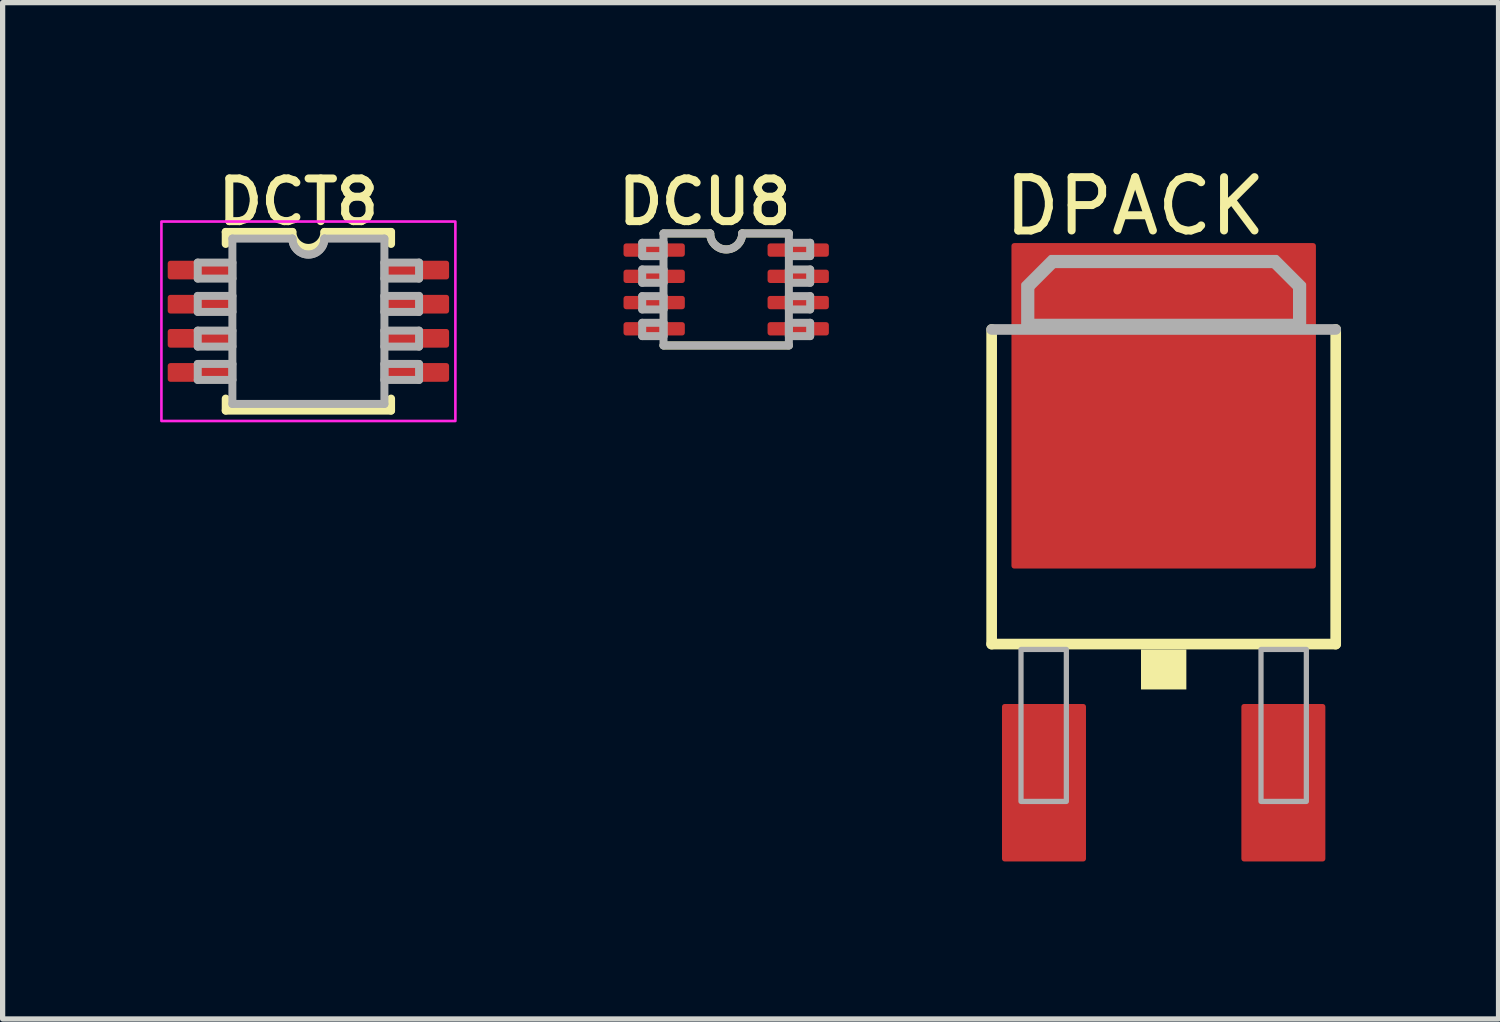
<source format=kicad_pcb>
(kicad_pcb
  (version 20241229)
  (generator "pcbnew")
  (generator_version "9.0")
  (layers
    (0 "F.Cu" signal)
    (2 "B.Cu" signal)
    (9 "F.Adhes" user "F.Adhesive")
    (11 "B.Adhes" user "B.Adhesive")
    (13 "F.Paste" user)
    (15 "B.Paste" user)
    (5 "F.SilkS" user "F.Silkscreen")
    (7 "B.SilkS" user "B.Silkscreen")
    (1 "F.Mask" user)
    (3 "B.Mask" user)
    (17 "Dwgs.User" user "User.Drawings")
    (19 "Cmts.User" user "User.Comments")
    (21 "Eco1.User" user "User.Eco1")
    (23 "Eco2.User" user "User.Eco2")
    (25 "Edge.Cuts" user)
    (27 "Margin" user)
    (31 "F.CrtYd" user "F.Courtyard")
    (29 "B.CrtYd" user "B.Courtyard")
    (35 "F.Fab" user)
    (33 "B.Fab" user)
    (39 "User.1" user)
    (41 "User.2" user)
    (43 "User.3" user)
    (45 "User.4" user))
  (footprint "DPACK"
    (layer "F.Cu")
    (at 19.118 7.061)
    (property "Reference" "DPACK" (at -3.111 -5.588 0) (layer "F.SilkS") (effects (font (size 1.016 1.016) (thickness 0.152)) (justify left bottom)))
    (attr smd)
    (fp_line (start -3.277 2.159) (end -3.277 -3.835) (stroke (width 0.203) (type solid)) (layer "F.SilkS"))
    (fp_line (start 3.277 -3.835) (end 3.277 2.159) (stroke (width 0.203) (type solid)) (layer "F.SilkS"))
    (fp_line (start 3.277 2.159) (end -3.277 2.159) (stroke (width 0.203) (type solid)) (layer "F.SilkS"))
    (fp_poly (pts (xy -0.432 3.023) (xy 0.432 3.023) (xy 0.432 2.261) (xy -0.432 2.261)) (stroke (width 0) (type default)) (fill yes) (layer "F.SilkS"))
    (fp_line (start -3.277 -3.835) (end 3.277 -3.835) (stroke (width 0.203) (type solid)) (layer "F.Fab"))
    (fp_line (start -2.565 -4.648) (end -2.108 -5.105) (stroke (width 0.203) (type solid)) (layer "F.Fab"))
    (fp_line (start -2.565 -3.937) (end -2.565 -4.648) (stroke (width 0.203) (type solid)) (layer "F.Fab"))
    (fp_line (start -2.108 -5.105) (end 2.108 -5.105) (stroke (width 0.203) (type solid)) (layer "F.Fab"))
    (fp_line (start 2.108 -5.105) (end 2.565 -4.648) (stroke (width 0.203) (type solid)) (layer "F.Fab"))
    (fp_line (start 2.565 -4.648) (end 2.565 -3.937) (stroke (width 0.203) (type solid)) (layer "F.Fab"))
    (fp_line (start 2.565 -3.937) (end -2.565 -3.937) (stroke (width 0.203) (type solid)) (layer "F.Fab"))
    (fp_poly (pts (xy -2.718 5.156) (xy -1.854 5.156) (xy -1.854 2.261) (xy -2.718 2.261)) (stroke (width 0.1) (type default)) (fill no) (layer "F.Fab"))
    (fp_poly (pts (xy 1.854 5.156) (xy 2.718 5.156) (xy 2.718 2.261) (xy 1.854 2.261)) (stroke (width 0.1) (type default)) (fill no) (layer "F.Fab"))
    (fp_poly (pts (xy 2.665 -4.69) (xy 2.665 -3.837) (xy -2.665 -3.837) (xy -2.665 -4.69) (xy -2.15 -5.205) (xy 2.15 -5.205)) (stroke (width 0.1) (type default)) (fill no) (layer "F.Fab"))
    (pad "1" smd roundrect (at -2.28 4.8) (size 1.6 3) (layers "F.Cu" "F.Mask" "F.Paste") (roundrect_rratio 0.032))
    (pad "3" smd roundrect (at 2.28 4.8) (size 1.6 3) (layers "F.Cu" "F.Mask" "F.Paste") (roundrect_rratio 0.032))
    (pad "4" smd roundrect (at 0 -2.38) (size 5.8 6.2) (layers "F.Cu" "F.Mask" "F.Paste") (roundrect_rratio 0.009)))
  (footprint "DCT8"
    (layer "F.Cu")
    (at 2.825 3.07)
    (property "Reference" "DCT8" (at -1.8 -1.8 0) (layer "F.SilkS") (effects (font (size 0.813 0.813) (thickness 0.152) (bold yes)) (justify left bottom)))
    (attr smd)
    (fp_line (start -1.575 -1.702) (end -1.575 -1.473) (stroke (width 0.152) (type solid)) (layer "F.SilkS"))
    (fp_line (start -1.575 1.473) (end -1.575 1.702) (stroke (width 0.152) (type solid)) (layer "F.SilkS"))
    (fp_line (start -1.575 1.702) (end 1.575 1.702) (stroke (width 0.152) (type solid)) (layer "F.SilkS"))
    (fp_line (start -0.305 -1.702) (end -1.575 -1.702) (stroke (width 0.152) (type solid)) (layer "F.SilkS"))
    (fp_line (start 1.575 -1.702) (end 0.305 -1.702) (stroke (width 0.152) (type solid)) (layer "F.SilkS"))
    (fp_line (start 1.575 -1.473) (end 1.575 -1.702) (stroke (width 0.152) (type solid)) (layer "F.SilkS"))
    (fp_line (start 1.575 1.702) (end 1.575 1.473) (stroke (width 0.152) (type solid)) (layer "F.SilkS"))
    (fp_arc (start 0.3048 -1.7018) (mid 0 -1.397) (end -0.3048 -1.7018) (stroke (width 0.1524) (type solid)) (layer "F.SilkS"))
    (fp_rect (start -2.8 -1.9) (end 2.8 1.9) (stroke (width 0.05) (type default)) (fill no) (layer "F.CrtYd"))
    (fp_line (start -2.108 -1.118) (end -2.108 -0.813) (stroke (width 0.152) (type solid)) (layer "F.Fab"))
    (fp_line (start -2.108 -0.813) (end -1.448 -0.813) (stroke (width 0.152) (type solid)) (layer "F.Fab"))
    (fp_line (start -2.108 -0.483) (end -2.108 -0.178) (stroke (width 0.152) (type solid)) (layer "F.Fab"))
    (fp_line (start -2.108 -0.178) (end -1.448 -0.178) (stroke (width 0.152) (type solid)) (layer "F.Fab"))
    (fp_line (start -2.108 0.178) (end -2.108 0.483) (stroke (width 0.152) (type solid)) (layer "F.Fab"))
    (fp_line (start -2.108 0.483) (end -1.448 0.483) (stroke (width 0.152) (type solid)) (layer "F.Fab"))
    (fp_line (start -2.108 0.813) (end -2.108 1.118) (stroke (width 0.152) (type solid)) (layer "F.Fab"))
    (fp_line (start -2.108 1.118) (end -1.448 1.118) (stroke (width 0.152) (type solid)) (layer "F.Fab"))
    (fp_line (start -1.448 -1.575) (end -1.448 1.575) (stroke (width 0.152) (type solid)) (layer "F.Fab"))
    (fp_line (start -1.448 -1.118) (end -2.108 -1.118) (stroke (width 0.152) (type solid)) (layer "F.Fab"))
    (fp_line (start -1.448 -0.813) (end -1.448 -1.118) (stroke (width 0.152) (type solid)) (layer "F.Fab"))
    (fp_line (start -1.448 -0.483) (end -2.108 -0.483) (stroke (width 0.152) (type solid)) (layer "F.Fab"))
    (fp_line (start -1.448 -0.178) (end -1.448 -0.483) (stroke (width 0.152) (type solid)) (layer "F.Fab"))
    (fp_line (start -1.448 0.178) (end -2.108 0.178) (stroke (width 0.152) (type solid)) (layer "F.Fab"))
    (fp_line (start -1.448 0.483) (end -1.448 0.178) (stroke (width 0.152) (type solid)) (layer "F.Fab"))
    (fp_line (start -1.448 0.813) (end -2.108 0.813) (stroke (width 0.152) (type solid)) (layer "F.Fab"))
    (fp_line (start -1.448 1.118) (end -1.448 0.813) (stroke (width 0.152) (type solid)) (layer "F.Fab"))
    (fp_line (start -1.448 1.575) (end 1.448 1.575) (stroke (width 0.152) (type solid)) (layer "F.Fab"))
    (fp_line (start -0.305 -1.575) (end -1.448 -1.575) (stroke (width 0.152) (type solid)) (layer "F.Fab"))
    (fp_line (start 1.448 -1.575) (end 0.305 -1.575) (stroke (width 0.152) (type solid)) (layer "F.Fab"))
    (fp_line (start 1.448 -1.118) (end 1.448 -0.813) (stroke (width 0.152) (type solid)) (layer "F.Fab"))
    (fp_line (start 1.448 -0.813) (end 2.108 -0.813) (stroke (width 0.152) (type solid)) (layer "F.Fab"))
    (fp_line (start 1.448 -0.483) (end 1.448 -0.178) (stroke (width 0.152) (type solid)) (layer "F.Fab"))
    (fp_line (start 1.448 -0.178) (end 2.108 -0.178) (stroke (width 0.152) (type solid)) (layer "F.Fab"))
    (fp_line (start 1.448 0.178) (end 1.448 0.483) (stroke (width 0.152) (type solid)) (layer "F.Fab"))
    (fp_line (start 1.448 0.483) (end 2.108 0.483) (stroke (width 0.152) (type solid)) (layer "F.Fab"))
    (fp_line (start 1.448 0.813) (end 1.448 1.118) (stroke (width 0.152) (type solid)) (layer "F.Fab"))
    (fp_line (start 1.448 1.118) (end 2.108 1.118) (stroke (width 0.152) (type solid)) (layer "F.Fab"))
    (fp_line (start 1.448 1.575) (end 1.448 -1.575) (stroke (width 0.152) (type solid)) (layer "F.Fab"))
    (fp_line (start 2.108 -1.118) (end 1.448 -1.118) (stroke (width 0.152) (type solid)) (layer "F.Fab"))
    (fp_line (start 2.108 -0.813) (end 2.108 -1.118) (stroke (width 0.152) (type solid)) (layer "F.Fab"))
    (fp_line (start 2.108 -0.483) (end 1.448 -0.483) (stroke (width 0.152) (type solid)) (layer "F.Fab"))
    (fp_line (start 2.108 -0.178) (end 2.108 -0.483) (stroke (width 0.152) (type solid)) (layer "F.Fab"))
    (fp_line (start 2.108 0.178) (end 1.448 0.178) (stroke (width 0.152) (type solid)) (layer "F.Fab"))
    (fp_line (start 2.108 0.483) (end 2.108 0.178) (stroke (width 0.152) (type solid)) (layer "F.Fab"))
    (fp_line (start 2.108 0.813) (end 1.448 0.813) (stroke (width 0.152) (type solid)) (layer "F.Fab"))
    (fp_line (start 2.108 1.118) (end 2.108 0.813) (stroke (width 0.152) (type solid)) (layer "F.Fab"))
    (fp_arc (start 0.3048 -1.5748) (mid 0 -1.27) (end -0.3048 -1.5748) (stroke (width 0.1524) (type solid)) (layer "F.Fab"))
    (fp_arc (start 0.3048 -1.5748) (mid 0 -1.27) (end -0.3048 -1.5748) (stroke (width 0.1524) (type solid)) (layer "F.Fab"))
    (pad "1" smd roundrect (at -2.064 -0.975) (size 1.232 0.356) (layers "F.Cu" "F.Mask" "F.Paste") (roundrect_rratio 0.143))
    (pad "2" smd roundrect (at -2.064 -0.325) (size 1.232 0.356) (layers "F.Cu" "F.Mask" "F.Paste") (roundrect_rratio 0.143))
    (pad "3" smd roundrect (at -2.064 0.325) (size 1.232 0.356) (layers "F.Cu" "F.Mask" "F.Paste") (roundrect_rratio 0.143))
    (pad "4" smd roundrect (at -2.064 0.975) (size 1.232 0.356) (layers "F.Cu" "F.Mask" "F.Paste") (roundrect_rratio 0.143))
    (pad "5" smd roundrect (at 2.064 0.975) (size 1.232 0.356) (layers "F.Cu" "F.Mask" "F.Paste") (roundrect_rratio 0.143))
    (pad "6" smd roundrect (at 2.064 0.325) (size 1.232 0.356) (layers "F.Cu" "F.Mask" "F.Paste") (roundrect_rratio 0.143))
    (pad "7" smd roundrect (at 2.064 -0.325) (size 1.232 0.356) (layers "F.Cu" "F.Mask" "F.Paste") (roundrect_rratio 0.143))
    (pad "8" smd roundrect (at 2.064 -0.975) (size 1.232 0.356) (layers "F.Cu" "F.Mask" "F.Paste") (roundrect_rratio 0.143)))
  (footprint "DCU8"
    (layer "F.Cu")
    (at 10.784 2.464)
    (property "Reference" "DCU8" (at -2.134 -1.194 0) (layer "F.SilkS") (effects (font (size 0.813 0.813) (thickness 0.152) (bold yes)) (justify left bottom)))
    (attr smd)
    (fp_line (start -1.194 -1.067) (end -0.305 -1.067) (stroke (width 0.152) (type solid)) (layer "F.SilkS"))
    (fp_line (start -1.194 1.067) (end 1.194 1.067) (stroke (width 0.152) (type solid)) (layer "F.SilkS"))
    (fp_line (start 1.194 -1.067) (end 0.305 -1.067) (stroke (width 0.152) (type solid)) (layer "F.SilkS"))
    (fp_arc (start 0.3048 -1.0668) (mid 0 -0.762) (end -0.3048 -1.0668) (stroke (width 0.1524) (type solid)) (layer "F.SilkS"))
    (fp_line (start -1.6 -0.889) (end -1.6 -0.635) (stroke (width 0.152) (type solid)) (layer "F.Fab"))
    (fp_line (start -1.6 -0.635) (end -1.194 -0.635) (stroke (width 0.152) (type solid)) (layer "F.Fab"))
    (fp_line (start -1.6 -0.381) (end -1.6 -0.127) (stroke (width 0.152) (type solid)) (layer "F.Fab"))
    (fp_line (start -1.6 -0.127) (end -1.194 -0.127) (stroke (width 0.152) (type solid)) (layer "F.Fab"))
    (fp_line (start -1.6 0.127) (end -1.6 0.381) (stroke (width 0.152) (type solid)) (layer "F.Fab"))
    (fp_line (start -1.6 0.381) (end -1.194 0.381) (stroke (width 0.152) (type solid)) (layer "F.Fab"))
    (fp_line (start -1.6 0.635) (end -1.6 0.889) (stroke (width 0.152) (type solid)) (layer "F.Fab"))
    (fp_line (start -1.6 0.889) (end -1.194 0.889) (stroke (width 0.152) (type solid)) (layer "F.Fab"))
    (fp_line (start -1.194 -1.067) (end -1.194 1.067) (stroke (width 0.152) (type solid)) (layer "F.Fab"))
    (fp_line (start -1.194 -0.889) (end -1.6 -0.889) (stroke (width 0.152) (type solid)) (layer "F.Fab"))
    (fp_line (start -1.194 -0.635) (end -1.194 -0.889) (stroke (width 0.152) (type solid)) (layer "F.Fab"))
    (fp_line (start -1.194 -0.381) (end -1.6 -0.381) (stroke (width 0.152) (type solid)) (layer "F.Fab"))
    (fp_line (start -1.194 -0.127) (end -1.194 -0.381) (stroke (width 0.152) (type solid)) (layer "F.Fab"))
    (fp_line (start -1.194 0.127) (end -1.6 0.127) (stroke (width 0.152) (type solid)) (layer "F.Fab"))
    (fp_line (start -1.194 0.381) (end -1.194 0.127) (stroke (width 0.152) (type solid)) (layer "F.Fab"))
    (fp_line (start -1.194 0.635) (end -1.6 0.635) (stroke (width 0.152) (type solid)) (layer "F.Fab"))
    (fp_line (start -1.194 0.889) (end -1.194 0.635) (stroke (width 0.152) (type solid)) (layer "F.Fab"))
    (fp_line (start -1.194 1.067) (end 1.194 1.067) (stroke (width 0.152) (type solid)) (layer "F.Fab"))
    (fp_line (start -0.305 -1.067) (end -1.194 -1.067) (stroke (width 0.152) (type solid)) (layer "F.Fab"))
    (fp_line (start 1.194 -1.067) (end 0.305 -1.067) (stroke (width 0.152) (type solid)) (layer "F.Fab"))
    (fp_line (start 1.194 -0.889) (end 1.194 -0.635) (stroke (width 0.152) (type solid)) (layer "F.Fab"))
    (fp_line (start 1.194 -0.635) (end 1.6 -0.635) (stroke (width 0.152) (type solid)) (layer "F.Fab"))
    (fp_line (start 1.194 -0.381) (end 1.194 -0.127) (stroke (width 0.152) (type solid)) (layer "F.Fab"))
    (fp_line (start 1.194 -0.127) (end 1.6 -0.127) (stroke (width 0.152) (type solid)) (layer "F.Fab"))
    (fp_line (start 1.194 0.127) (end 1.194 0.381) (stroke (width 0.152) (type solid)) (layer "F.Fab"))
    (fp_line (start 1.194 0.381) (end 1.6 0.381) (stroke (width 0.152) (type solid)) (layer "F.Fab"))
    (fp_line (start 1.194 0.635) (end 1.194 0.889) (stroke (width 0.152) (type solid)) (layer "F.Fab"))
    (fp_line (start 1.194 0.889) (end 1.6 0.889) (stroke (width 0.152) (type solid)) (layer "F.Fab"))
    (fp_line (start 1.194 1.067) (end 1.194 -1.067) (stroke (width 0.152) (type solid)) (layer "F.Fab"))
    (fp_line (start 1.6 -0.889) (end 1.194 -0.889) (stroke (width 0.152) (type solid)) (layer "F.Fab"))
    (fp_line (start 1.6 -0.635) (end 1.6 -0.889) (stroke (width 0.152) (type solid)) (layer "F.Fab"))
    (fp_line (start 1.6 -0.381) (end 1.194 -0.381) (stroke (width 0.152) (type solid)) (layer "F.Fab"))
    (fp_line (start 1.6 -0.127) (end 1.6 -0.381) (stroke (width 0.152) (type solid)) (layer "F.Fab"))
    (fp_line (start 1.6 0.127) (end 1.194 0.127) (stroke (width 0.152) (type solid)) (layer "F.Fab"))
    (fp_line (start 1.6 0.381) (end 1.6 0.127) (stroke (width 0.152) (type solid)) (layer "F.Fab"))
    (fp_line (start 1.6 0.635) (end 1.194 0.635) (stroke (width 0.152) (type solid)) (layer "F.Fab"))
    (fp_line (start 1.6 0.889) (end 1.6 0.635) (stroke (width 0.152) (type solid)) (layer "F.Fab"))
    (fp_arc (start 0.3048 -1.0668) (mid 0 -0.762) (end -0.3048 -1.0668) (stroke (width 0.1524) (type solid)) (layer "F.Fab"))
    (pad "1" smd roundrect (at -1.372 -0.75) (size 1.168 0.254) (layers "F.Cu" "F.Mask" "F.Paste") (roundrect_rratio 0.2))
    (pad "2" smd roundrect (at -1.372 -0.25) (size 1.168 0.254) (layers "F.Cu" "F.Mask" "F.Paste") (roundrect_rratio 0.2))
    (pad "3" smd roundrect (at -1.372 0.25) (size 1.168 0.254) (layers "F.Cu" "F.Mask" "F.Paste") (roundrect_rratio 0.2))
    (pad "4" smd roundrect (at -1.372 0.75) (size 1.168 0.254) (layers "F.Cu" "F.Mask" "F.Paste") (roundrect_rratio 0.2))
    (pad "5" smd roundrect (at 1.372 0.75) (size 1.168 0.254) (layers "F.Cu" "F.Mask" "F.Paste") (roundrect_rratio 0.2))
    (pad "6" smd roundrect (at 1.372 0.25) (size 1.168 0.254) (layers "F.Cu" "F.Mask" "F.Paste") (roundrect_rratio 0.2))
    (pad "7" smd roundrect (at 1.372 -0.25) (size 1.168 0.254) (layers "F.Cu" "F.Mask" "F.Paste") (roundrect_rratio 0.2))
    (pad "8" smd roundrect (at 1.372 -0.75) (size 1.168 0.254) (layers "F.Cu" "F.Mask" "F.Paste") (roundrect_rratio 0.2)))
  (gr_rect
    (start -3 -3)
    (end 25.497 16.361)
    (stroke (width 0.1) (type default))
    (fill no)
    (layer "Edge.Cuts")))
</source>
